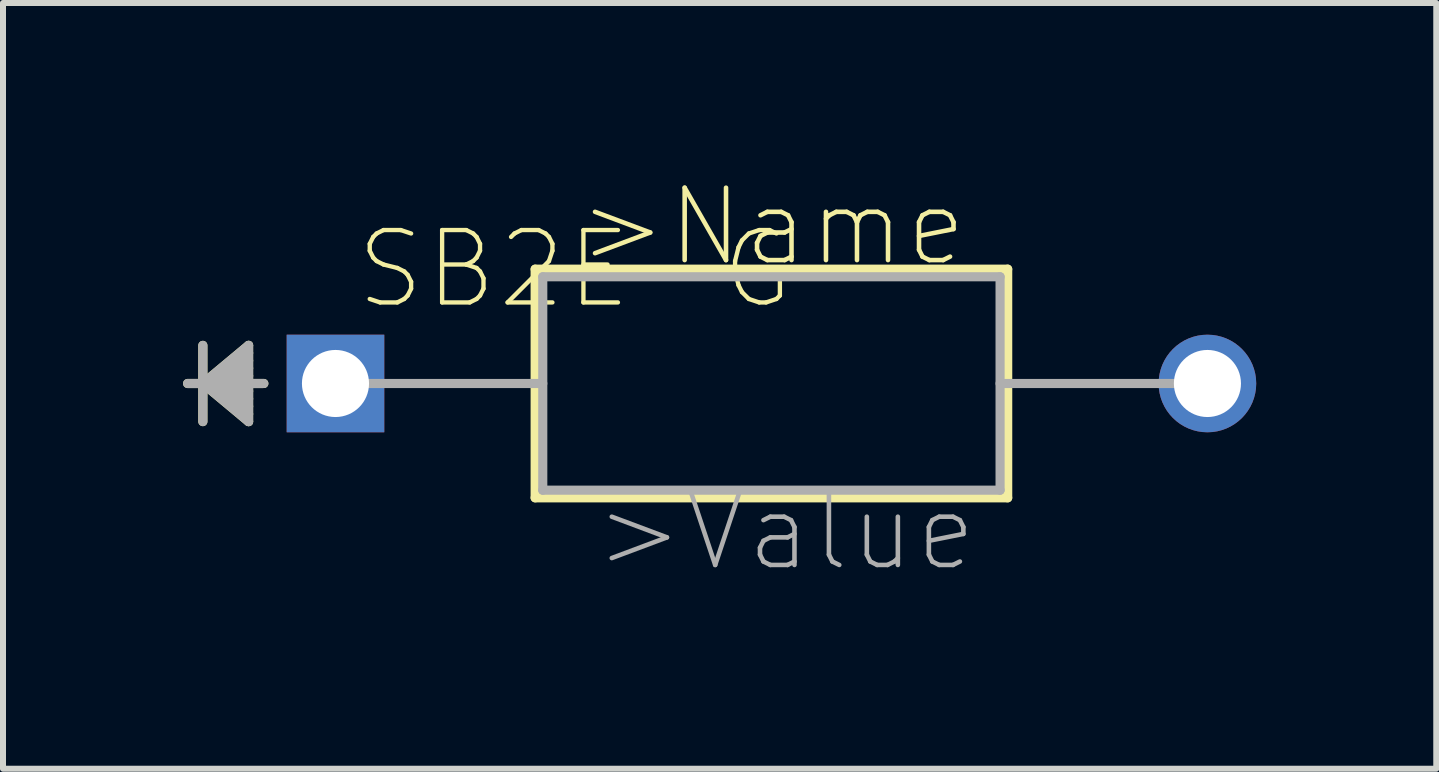
<source format=kicad_pcb>
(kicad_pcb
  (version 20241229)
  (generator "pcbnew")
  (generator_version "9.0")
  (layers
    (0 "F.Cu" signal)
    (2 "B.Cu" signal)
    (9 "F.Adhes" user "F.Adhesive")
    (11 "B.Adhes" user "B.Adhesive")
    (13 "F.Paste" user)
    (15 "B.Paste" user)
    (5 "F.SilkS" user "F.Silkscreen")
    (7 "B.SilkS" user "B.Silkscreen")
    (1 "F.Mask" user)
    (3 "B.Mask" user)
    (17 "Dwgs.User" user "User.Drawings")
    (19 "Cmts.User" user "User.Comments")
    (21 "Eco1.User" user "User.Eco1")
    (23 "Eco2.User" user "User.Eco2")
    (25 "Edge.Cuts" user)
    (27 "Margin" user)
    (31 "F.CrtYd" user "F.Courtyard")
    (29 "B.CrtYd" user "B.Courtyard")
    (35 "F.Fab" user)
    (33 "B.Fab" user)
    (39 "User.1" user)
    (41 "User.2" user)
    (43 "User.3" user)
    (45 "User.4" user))
  (footprint "SB2E-G"
    (layer "F.Cu")
    (at 2.54 3.34)
    (property "Reference" "SB2E-G" (at 3.988 -1.905 0) (layer "F.SilkS") (effects (font (size 1.206 1.206) (thickness 0.072))))
    (attr through_hole)
    (fp_line (start -2.21 -0.635) (end -2.21 0) (stroke (width 0.152) (type solid)) (layer "F.SilkS"))
    (fp_line (start -2.21 0) (end -2.464 0) (stroke (width 0.152) (type solid)) (layer "F.SilkS"))
    (fp_line (start -2.21 0) (end -2.21 0.635) (stroke (width 0.152) (type solid)) (layer "F.SilkS"))
    (fp_line (start -2.21 0) (end -1.448 -0.635) (stroke (width 0.152) (type solid)) (layer "F.SilkS"))
    (fp_line (start -2.21 0) (end -1.448 -0.508) (stroke (width 0.152) (type solid)) (layer "F.SilkS"))
    (fp_line (start -2.21 0) (end -1.448 -0.381) (stroke (width 0.152) (type solid)) (layer "F.SilkS"))
    (fp_line (start -2.21 0) (end -1.448 -0.254) (stroke (width 0.152) (type solid)) (layer "F.SilkS"))
    (fp_line (start -2.21 0) (end -1.448 -0.127) (stroke (width 0.152) (type solid)) (layer "F.SilkS"))
    (fp_line (start -2.21 0) (end -1.448 0.127) (stroke (width 0.152) (type solid)) (layer "F.SilkS"))
    (fp_line (start -2.21 0) (end -1.448 0.254) (stroke (width 0.152) (type solid)) (layer "F.SilkS"))
    (fp_line (start -2.21 0) (end -1.448 0.381) (stroke (width 0.152) (type solid)) (layer "F.SilkS"))
    (fp_line (start -2.21 0) (end -1.448 0.508) (stroke (width 0.152) (type solid)) (layer "F.SilkS"))
    (fp_line (start -2.21 0) (end -1.448 0.635) (stroke (width 0.152) (type solid)) (layer "F.SilkS"))
    (fp_line (start -1.448 -0.635) (end -1.448 0.635) (stroke (width 0.152) (type solid)) (layer "F.SilkS"))
    (fp_line (start -1.194 0) (end -2.21 0) (stroke (width 0.152) (type solid)) (layer "F.SilkS"))
    (fp_line (start 3.327 -1.905) (end 3.327 1.905) (stroke (width 0.152) (type solid)) (layer "F.SilkS"))
    (fp_line (start 3.327 1.905) (end 11.201 1.905) (stroke (width 0.152) (type solid)) (layer "F.SilkS"))
    (fp_line (start 11.201 -1.905) (end 3.327 -1.905) (stroke (width 0.152) (type solid)) (layer "F.SilkS"))
    (fp_line (start 11.201 1.905) (end 11.201 -1.905) (stroke (width 0.152) (type solid)) (layer "F.SilkS"))
    (fp_line (start -2.21 -0.635) (end -2.21 0) (stroke (width 0.152) (type solid)) (layer "F.Fab"))
    (fp_line (start -2.21 0) (end -2.464 0) (stroke (width 0.152) (type solid)) (layer "F.Fab"))
    (fp_line (start -2.21 0) (end -2.21 0.635) (stroke (width 0.152) (type solid)) (layer "F.Fab"))
    (fp_line (start -2.21 0) (end -1.448 -0.635) (stroke (width 0.152) (type solid)) (layer "F.Fab"))
    (fp_line (start -2.21 0) (end -1.448 -0.508) (stroke (width 0.152) (type solid)) (layer "F.Fab"))
    (fp_line (start -2.21 0) (end -1.448 -0.381) (stroke (width 0.152) (type solid)) (layer "F.Fab"))
    (fp_line (start -2.21 0) (end -1.448 -0.254) (stroke (width 0.152) (type solid)) (layer "F.Fab"))
    (fp_line (start -2.21 0) (end -1.448 -0.127) (stroke (width 0.152) (type solid)) (layer "F.Fab"))
    (fp_line (start -2.21 0) (end -1.448 0.127) (stroke (width 0.152) (type solid)) (layer "F.Fab"))
    (fp_line (start -2.21 0) (end -1.448 0.254) (stroke (width 0.152) (type solid)) (layer "F.Fab"))
    (fp_line (start -2.21 0) (end -1.448 0.381) (stroke (width 0.152) (type solid)) (layer "F.Fab"))
    (fp_line (start -2.21 0) (end -1.448 0.508) (stroke (width 0.152) (type solid)) (layer "F.Fab"))
    (fp_line (start -2.21 0) (end -1.448 0.635) (stroke (width 0.152) (type solid)) (layer "F.Fab"))
    (fp_line (start -1.448 -0.635) (end -1.448 0.635) (stroke (width 0.152) (type solid)) (layer "F.Fab"))
    (fp_line (start -1.194 0) (end -2.21 0) (stroke (width 0.152) (type solid)) (layer "F.Fab"))
    (fp_line (start 0 0) (end 3.454 0) (stroke (width 0.152) (type solid)) (layer "F.Fab"))
    (fp_line (start 3.454 -1.778) (end 3.454 1.778) (stroke (width 0.152) (type solid)) (layer "F.Fab"))
    (fp_line (start 3.454 1.778) (end 11.074 1.778) (stroke (width 0.152) (type solid)) (layer "F.Fab"))
    (fp_line (start 11.074 -1.778) (end 3.454 -1.778) (stroke (width 0.152) (type solid)) (layer "F.Fab"))
    (fp_line (start 11.074 1.778) (end 11.074 -1.778) (stroke (width 0.152) (type solid)) (layer "F.Fab"))
    (fp_line (start 14.529 0) (end 11.074 0) (stroke (width 0.152) (type solid)) (layer "F.Fab"))
    (fp_text user ">Name" (at 3.988 -1.905 0) (layer "F.SilkS") (effects (font (size 1.206 1.206) (thickness 0.076)) (justify left bottom)))
    (fp_text user ">Value" (at 4.267 3.175 0) (layer "F.Fab") (effects (font (size 1.206 1.206) (thickness 0.076)) (justify left bottom)))
    (pad "1" thru_hole rect (at 0 0) (size 1.626 1.626) (drill 1.118) (layers "*.Cu" "*.Mask"))
    (pad "2" thru_hole circle (at 14.529 0 180) (size 1.626 1.626) (drill 1.118) (layers "*.Cu" "*.Mask")))
  (gr_rect
    (start -3 -3)
    (end 20.882 9.759)
    (stroke (width 0.1) (type default))
    (fill no)
    (layer "Edge.Cuts")))
</source>
